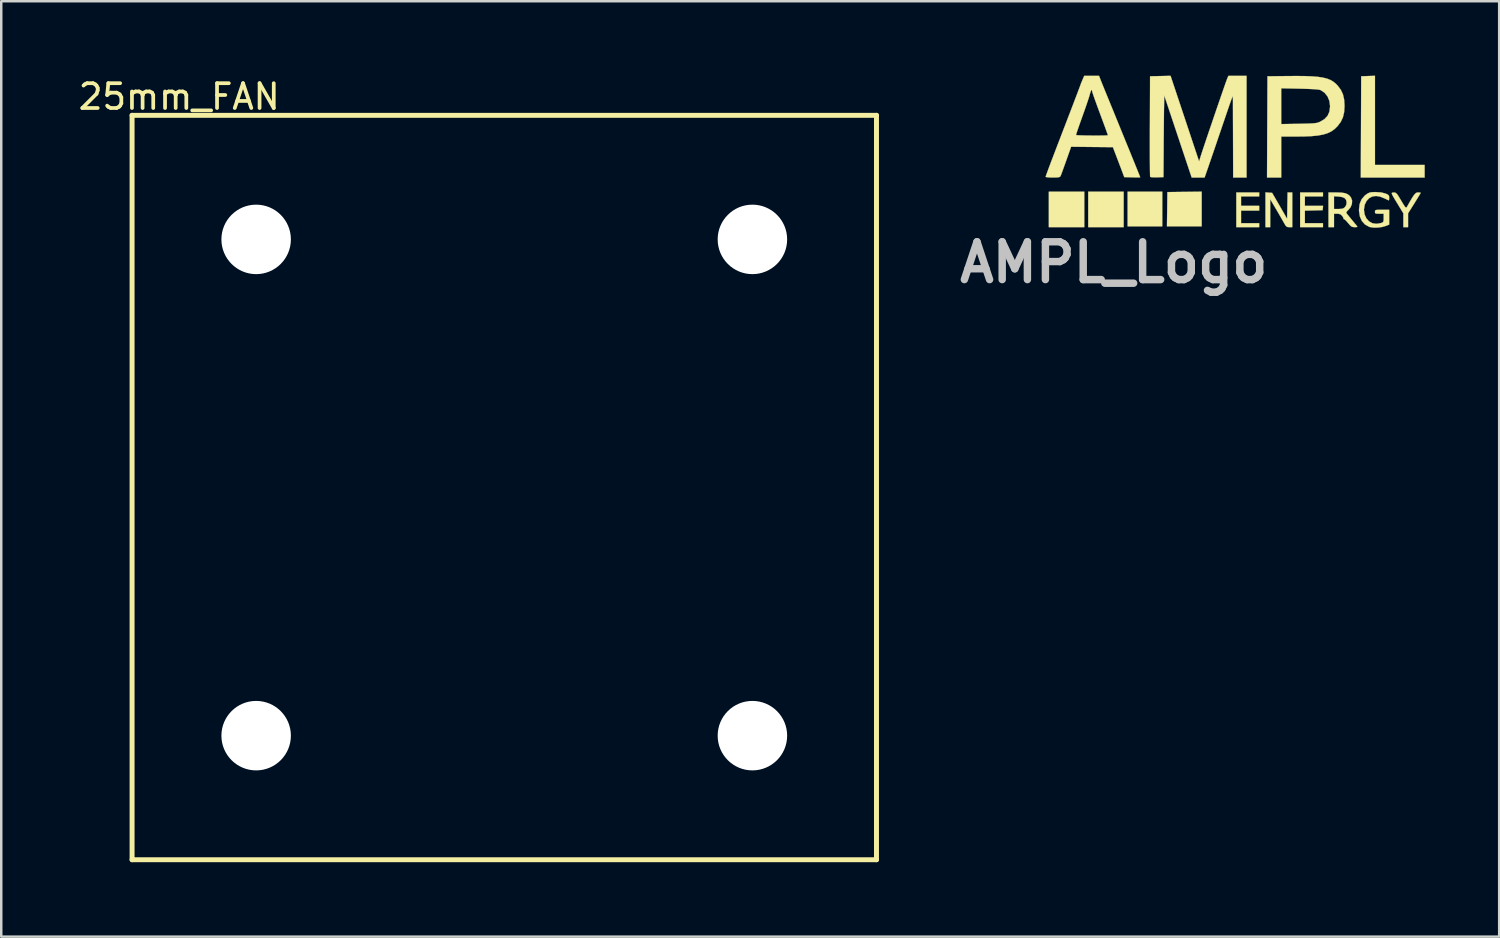
<source format=kicad_pcb>
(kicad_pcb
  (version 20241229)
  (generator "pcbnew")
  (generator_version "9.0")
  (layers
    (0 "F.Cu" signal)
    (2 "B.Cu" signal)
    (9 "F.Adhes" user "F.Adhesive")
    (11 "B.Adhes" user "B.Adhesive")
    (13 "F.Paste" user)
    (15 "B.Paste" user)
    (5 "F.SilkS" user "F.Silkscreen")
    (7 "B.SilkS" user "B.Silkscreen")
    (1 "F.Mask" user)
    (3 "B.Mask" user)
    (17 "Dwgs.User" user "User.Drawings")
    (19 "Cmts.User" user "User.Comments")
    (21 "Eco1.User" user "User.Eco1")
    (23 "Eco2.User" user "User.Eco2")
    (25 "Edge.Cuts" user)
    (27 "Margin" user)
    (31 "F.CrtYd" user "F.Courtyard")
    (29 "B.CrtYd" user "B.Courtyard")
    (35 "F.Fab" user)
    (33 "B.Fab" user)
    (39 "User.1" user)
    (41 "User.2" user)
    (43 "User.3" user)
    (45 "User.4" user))
  (footprint "25mm_FAN"
    (layer "F.Cu")
    (at 17.273 16.598)
    (property "Reference" "25mm_FAN" (at -13.1 -15.75 0) (layer "F.SilkS") (effects (font (size 1 1) (thickness 0.15))))
    (attr through_hole)
    (fp_line (start -15 15) (end -15 -15) (stroke (width 0.2) (type solid)) (layer "F.SilkS"))
    (fp_line (start 15 -15) (end -15 -15) (stroke (width 0.2) (type solid)) (layer "F.SilkS"))
    (fp_line (start 15 15) (end -15 15) (stroke (width 0.2) (type solid)) (layer "F.SilkS"))
    (fp_line (start 15 15) (end 15 -15) (stroke (width 0.2) (type solid)) (layer "F.SilkS"))
    (pad "" np_thru_hole circle (at -10 -10) (size 2.8 2.8) (drill 2.8) (layers "*.Cu" "*.Mask"))
    (pad "" np_thru_hole circle (at -10 10) (size 2.8 2.8) (drill 2.8) (layers "*.Cu" "*.Mask"))
    (pad "" np_thru_hole circle (at 10 -10) (size 2.8 2.8) (drill 2.8) (layers "*.Cu" "*.Mask"))
    (pad "" np_thru_hole circle (at 10 10) (size 2.8 2.8) (drill 2.8) (layers "*.Cu" "*.Mask")))
  (footprint "AMPL_Logo"
    (layer "F.Cu")
    (at 46.839 3.278)
    (property "Reference" "AMPL_Logo" (at -5 4.25 0) (layer "Dwgs.User") (effects (font (size 1.524 1.524) (thickness 0.3))))
    (attr through_hole)
    (fp_poly (pts (xy -6.191 2.826) (xy -7.62 2.826) (xy -7.62 1.397) (xy -6.191 1.397) (xy -6.191 2.826)) (stroke (width 0.01) (type solid)) (fill yes) (layer "F.SilkS"))
    (fp_poly (pts (xy -4.604 2.826) (xy -6.032 2.826) (xy -6.032 1.397) (xy -4.604 1.397) (xy -4.604 2.826)) (stroke (width 0.01) (type solid)) (fill yes) (layer "F.SilkS"))
    (fp_poly (pts (xy -3.048 2.794) (xy -4.445 2.794) (xy -4.445 1.397) (xy -3.048 1.397) (xy -3.048 2.794)) (stroke (width 0.01) (type solid)) (fill yes) (layer "F.SilkS"))
    (fp_poly (pts (xy -1.46 2.794) (xy -2.859 2.794) (xy -2.85 2.103) (xy -2.842 1.413) (xy -2.151 1.404) (xy -1.46 1.396) (xy -1.46 2.794)) (stroke (width 0.01) (type solid)) (fill yes) (layer "F.SilkS"))
    (fp_poly (pts (xy 5.524 0.318) (xy 7.525 0.318) (xy 7.525 0.826) (xy 4.953 0.826) (xy 4.961 -1.214) (xy 4.969 -3.254) (xy 5.247 -3.264) (xy 5.524 -3.273) (xy 5.524 0.318)) (stroke (width 0.01) (type solid)) (fill yes) (layer "F.SilkS"))
    (fp_poly (pts (xy 0.857 1.587) (xy 0.127 1.587) (xy 0.127 1.968) (xy 0.857 1.968) (xy 0.857 2.159) (xy 0.127 2.159) (xy 0.127 2.667) (xy 0.857 2.667) (xy 0.857 2.826) (xy -0.064 2.826) (xy -0.064 1.429) (xy 0.857 1.429) (xy 0.857 1.587)) (stroke (width 0.01) (type solid)) (fill yes) (layer "F.SilkS"))
    (fp_poly (pts (xy 3.429 1.587) (xy 2.699 1.587) (xy 2.699 1.968) (xy 3.433 1.968) (xy 3.423 2.056) (xy 3.413 2.143) (xy 3.056 2.152) (xy 2.699 2.161) (xy 2.699 2.667) (xy 3.429 2.667) (xy 3.429 2.826) (xy 2.508 2.826) (xy 2.508 1.429) (xy 3.429 1.429) (xy 3.429 1.587)) (stroke (width 0.01) (type solid)) (fill yes) (layer "F.SilkS"))
    (fp_poly (pts (xy 1.245 1.435) (xy 1.379 1.445) (xy 1.682 1.968) (xy 1.984 2.492) (xy 1.993 1.961) (xy 2.002 1.429) (xy 2.191 1.429) (xy 2.191 2.826) (xy 2.071 2.826) (xy 2.005 2.822) (xy 1.958 2.802) (xy 1.916 2.753) (xy 1.862 2.663) (xy 1.849 2.639) (xy 1.793 2.539) (xy 1.714 2.402) (xy 1.624 2.245) (xy 1.531 2.087) (xy 1.524 2.076) (xy 1.302 1.699) (xy 1.302 2.262) (xy 1.302 2.826) (xy 1.111 2.826) (xy 1.111 1.425) (xy 1.245 1.435)) (stroke (width 0.01) (type solid)) (fill yes) (layer "F.SilkS"))
    (fp_poly (pts (xy 7.332 1.433) (xy 7.366 1.442) (xy 7.366 1.444) (xy 7.35 1.475) (xy 7.306 1.549) (xy 7.24 1.658) (xy 7.157 1.792) (xy 7.112 1.865) (xy 6.858 2.27) (xy 6.858 2.548) (xy 6.858 2.826) (xy 6.668 2.826) (xy 6.668 2.269) (xy 6.417 1.857) (xy 6.321 1.7) (xy 6.256 1.588) (xy 6.217 1.514) (xy 6.201 1.47) (xy 6.205 1.447) (xy 6.226 1.437) (xy 6.245 1.434) (xy 6.307 1.43) (xy 6.357 1.444) (xy 6.405 1.484) (xy 6.461 1.56) (xy 6.535 1.682) (xy 6.548 1.703) (xy 6.637 1.854) (xy 6.701 1.956) (xy 6.744 2.015) (xy 6.775 2.037) (xy 6.799 2.028) (xy 6.823 1.992) (xy 6.843 1.956) (xy 6.948 1.77) (xy 7.029 1.633) (xy 7.093 1.538) (xy 7.144 1.477) (xy 7.189 1.444) (xy 7.234 1.43) (xy 7.26 1.429) (xy 7.332 1.433)) (stroke (width 0.01) (type solid)) (fill yes) (layer "F.SilkS"))
    (fp_poly (pts (xy 3.977 1.429) (xy 4.171 1.435) (xy 4.316 1.457) (xy 4.423 1.499) (xy 4.505 1.565) (xy 4.558 1.634) (xy 4.602 1.755) (xy 4.595 1.89) (xy 4.541 2.023) (xy 4.462 2.12) (xy 4.394 2.188) (xy 4.369 2.232) (xy 4.379 2.269) (xy 4.387 2.28) (xy 4.427 2.331) (xy 4.499 2.419) (xy 4.594 2.534) (xy 4.701 2.664) (xy 4.79 2.77) (xy 4.813 2.805) (xy 4.799 2.821) (xy 4.735 2.826) (xy 4.706 2.826) (xy 4.633 2.821) (xy 4.577 2.801) (xy 4.52 2.752) (xy 4.445 2.665) (xy 4.435 2.653) (xy 4.362 2.571) (xy 4.305 2.516) (xy 4.273 2.501) (xy 4.271 2.502) (xy 4.257 2.502) (xy 4.26 2.492) (xy 4.249 2.447) (xy 4.209 2.381) (xy 4.202 2.373) (xy 4.139 2.312) (xy 4.06 2.288) (xy 4.004 2.286) (xy 3.873 2.286) (xy 3.873 2.826) (xy 3.651 2.826) (xy 3.651 2.095) (xy 3.873 2.095) (xy 4.054 2.095) (xy 4.174 2.089) (xy 4.253 2.066) (xy 4.308 2.026) (xy 4.368 1.933) (xy 4.381 1.841) (xy 4.363 1.732) (xy 4.305 1.658) (xy 4.198 1.613) (xy 4.063 1.594) (xy 3.873 1.58) (xy 3.873 2.095) (xy 3.651 2.095) (xy 3.651 1.429) (xy 3.977 1.429)) (stroke (width 0.01) (type solid)) (fill yes) (layer "F.SilkS"))
    (fp_poly (pts (xy 2.728 -3.261) (xy 3.005 -3.249) (xy 3.236 -3.23) (xy 3.429 -3.2) (xy 3.59 -3.16) (xy 3.724 -3.107) (xy 3.838 -3.042) (xy 3.938 -2.962) (xy 4.016 -2.883) (xy 4.147 -2.71) (xy 4.234 -2.525) (xy 4.282 -2.313) (xy 4.297 -2.064) (xy 4.282 -1.812) (xy 4.233 -1.601) (xy 4.146 -1.417) (xy 4.015 -1.243) (xy 4.013 -1.241) (xy 3.895 -1.126) (xy 3.765 -1.033) (xy 3.614 -0.96) (xy 3.435 -0.905) (xy 3.221 -0.866) (xy 2.965 -0.841) (xy 2.658 -0.828) (xy 2.394 -0.826) (xy 1.746 -0.826) (xy 1.746 0.826) (xy 1.174 0.826) (xy 1.182 -1.214) (xy 1.183 -1.327) (xy 1.746 -1.327) (xy 2.453 -1.339) (xy 2.687 -1.344) (xy 2.868 -1.349) (xy 3.004 -1.355) (xy 3.105 -1.364) (xy 3.181 -1.376) (xy 3.241 -1.392) (xy 3.294 -1.413) (xy 3.303 -1.417) (xy 3.486 -1.525) (xy 3.613 -1.659) (xy 3.687 -1.825) (xy 3.714 -2.03) (xy 3.714 -2.055) (xy 3.687 -2.262) (xy 3.61 -2.445) (xy 3.491 -2.592) (xy 3.335 -2.695) (xy 3.318 -2.702) (xy 3.248 -2.717) (xy 3.118 -2.73) (xy 2.931 -2.741) (xy 2.691 -2.75) (xy 2.484 -2.755) (xy 1.746 -2.77) (xy 1.746 -1.327) (xy 1.183 -1.327) (xy 1.191 -3.254) (xy 2.016 -3.263) (xy 2.401 -3.265) (xy 2.728 -3.261)) (stroke (width 0.01) (type solid)) (fill yes) (layer "F.SilkS"))
    (fp_poly (pts (xy 5.776 1.428) (xy 5.945 1.471) (xy 6.035 1.51) (xy 6.08 1.546) (xy 6.095 1.597) (xy 6.096 1.638) (xy 6.093 1.71) (xy 6.084 1.746) (xy 6.083 1.746) (xy 6.049 1.733) (xy 5.977 1.7) (xy 5.916 1.671) (xy 5.732 1.597) (xy 5.574 1.57) (xy 5.431 1.587) (xy 5.292 1.656) (xy 5.183 1.773) (xy 5.109 1.927) (xy 5.08 2.109) (xy 5.08 2.127) (xy 5.105 2.313) (xy 5.174 2.469) (xy 5.281 2.59) (xy 5.416 2.667) (xy 5.573 2.692) (xy 5.646 2.684) (xy 5.763 2.662) (xy 5.831 2.638) (xy 5.863 2.599) (xy 5.873 2.531) (xy 5.874 2.458) (xy 5.874 2.286) (xy 5.699 2.286) (xy 5.599 2.284) (xy 5.547 2.273) (xy 5.527 2.246) (xy 5.524 2.207) (xy 5.527 2.169) (xy 5.542 2.146) (xy 5.582 2.133) (xy 5.659 2.128) (xy 5.785 2.127) (xy 5.81 2.127) (xy 6.096 2.127) (xy 6.096 2.724) (xy 5.962 2.777) (xy 5.812 2.82) (xy 5.64 2.843) (xy 5.469 2.845) (xy 5.325 2.824) (xy 5.291 2.813) (xy 5.122 2.719) (xy 4.996 2.579) (xy 4.916 2.397) (xy 4.881 2.174) (xy 4.88 2.121) (xy 4.906 1.895) (xy 4.984 1.706) (xy 5.114 1.553) (xy 5.172 1.508) (xy 5.249 1.459) (xy 5.32 1.43) (xy 5.405 1.416) (xy 5.528 1.413) (xy 5.551 1.413) (xy 5.776 1.428)) (stroke (width 0.01) (type solid)) (fill yes) (layer "F.SilkS"))
    (fp_poly (pts (xy -2.139 -1.549) (xy -1.565 0.175) (xy -1.469 -0.127) (xy -1.431 -0.243) (xy -1.378 -0.403) (xy -1.312 -0.599) (xy -1.236 -0.826) (xy -1.152 -1.074) (xy -1.062 -1.337) (xy -0.97 -1.608) (xy -0.878 -1.878) (xy -0.787 -2.141) (xy -0.702 -2.389) (xy -0.624 -2.615) (xy -0.556 -2.811) (xy -0.5 -2.97) (xy -0.459 -3.085) (xy -0.436 -3.147) (xy -0.434 -3.151) (xy -0.384 -3.27) (xy 0.349 -3.27) (xy 0.349 0.826) (xy -0.191 0.826) (xy -0.195 -0.5) (xy -0.196 -0.798) (xy -0.197 -1.088) (xy -0.198 -1.362) (xy -0.199 -1.609) (xy -0.199 -1.822) (xy -0.2 -1.992) (xy -0.2 -2.111) (xy -0.2 -2.135) (xy -0.2 -2.267) (xy -0.203 -2.37) (xy -0.206 -2.433) (xy -0.208 -2.445) (xy -0.215 -2.437) (xy -0.227 -2.412) (xy -0.246 -2.364) (xy -0.274 -2.288) (xy -0.312 -2.18) (xy -0.363 -2.034) (xy -0.428 -1.846) (xy -0.508 -1.61) (xy -0.606 -1.323) (xy -0.683 -1.095) (xy -0.776 -0.824) (xy -0.868 -0.552) (xy -0.957 -0.291) (xy -1.04 -0.05) (xy -1.111 0.158) (xy -1.168 0.324) (xy -1.196 0.405) (xy -1.342 0.826) (xy -1.863 0.826) (xy -2.969 -2.485) (xy -2.976 -2.028) (xy -2.979 -1.888) (xy -2.981 -1.695) (xy -2.983 -1.46) (xy -2.986 -1.195) (xy -2.988 -0.91) (xy -2.991 -0.616) (xy -2.992 -0.381) (xy -3 0.81) (xy -3.26 0.819) (xy -3.382 0.82) (xy -3.478 0.814) (xy -3.531 0.803) (xy -3.537 0.799) (xy -3.54 0.763) (xy -3.542 0.669) (xy -3.545 0.522) (xy -3.546 0.329) (xy -3.548 0.093) (xy -3.549 -0.179) (xy -3.549 -0.482) (xy -3.549 -0.81) (xy -3.548 -1.158) (xy -3.547 -1.242) (xy -3.54 -3.254) (xy -3.127 -3.263) (xy -2.714 -3.272) (xy -2.139 -1.549)) (stroke (width 0.01) (type solid)) (fill yes) (layer "F.SilkS"))
    (fp_poly (pts (xy -5.531 -3.104) (xy -5.496 -3.014) (xy -5.442 -2.882) (xy -5.377 -2.721) (xy -5.306 -2.548) (xy -5.277 -2.477) (xy -5.205 -2.301) (xy -5.116 -2.084) (xy -5.018 -1.845) (xy -4.919 -1.601) (xy -4.824 -1.369) (xy -4.816 -1.349) (xy -4.72 -1.113) (xy -4.608 -0.839) (xy -4.489 -0.547) (xy -4.371 -0.259) (xy -4.264 0.006) (xy -4.241 0.062) (xy -4.158 0.265) (xy -4.084 0.448) (xy -4.022 0.602) (xy -3.974 0.721) (xy -3.945 0.795) (xy -3.937 0.817) (xy -3.967 0.821) (xy -4.046 0.822) (xy -4.163 0.821) (xy -4.258 0.819) (xy -4.58 0.81) (xy -4.669 0.572) (xy -4.718 0.442) (xy -4.781 0.276) (xy -4.848 0.099) (xy -4.898 -0.032) (xy -5.038 -0.397) (xy -5.88 -0.405) (xy -6.722 -0.414) (xy -6.921 0.15) (xy -6.986 0.331) (xy -7.045 0.495) (xy -7.094 0.629) (xy -7.13 0.724) (xy -7.149 0.77) (xy -7.173 0.797) (xy -7.218 0.814) (xy -7.298 0.823) (xy -7.426 0.825) (xy -7.462 0.826) (xy -7.588 0.823) (xy -7.685 0.815) (xy -7.74 0.804) (xy -7.747 0.798) (xy -7.742 0.775) (xy -7.725 0.724) (xy -7.695 0.642) (xy -7.652 0.524) (xy -7.594 0.368) (xy -7.52 0.171) (xy -7.428 -0.069) (xy -7.318 -0.357) (xy -7.189 -0.694) (xy -7.115 -0.886) (xy -6.523 -0.886) (xy -6.489 -0.88) (xy -6.405 -0.875) (xy -6.28 -0.871) (xy -6.128 -0.867) (xy -5.958 -0.865) (xy -5.784 -0.864) (xy -5.616 -0.864) (xy -5.466 -0.866) (xy -5.346 -0.868) (xy -5.266 -0.873) (xy -5.239 -0.878) (xy -5.249 -0.912) (xy -5.28 -0.997) (xy -5.326 -1.126) (xy -5.387 -1.292) (xy -5.459 -1.487) (xy -5.539 -1.703) (xy -5.556 -1.749) (xy -5.638 -1.97) (xy -5.712 -2.173) (xy -5.775 -2.349) (xy -5.825 -2.491) (xy -5.859 -2.592) (xy -5.873 -2.642) (xy -5.874 -2.645) (xy -5.881 -2.702) (xy -5.901 -2.703) (xy -5.928 -2.653) (xy -5.961 -2.556) (xy -5.971 -2.516) (xy -5.998 -2.424) (xy -6.043 -2.283) (xy -6.102 -2.107) (xy -6.172 -1.907) (xy -6.247 -1.696) (xy -6.28 -1.603) (xy -6.351 -1.405) (xy -6.414 -1.227) (xy -6.465 -1.078) (xy -6.502 -0.966) (xy -6.521 -0.9) (xy -6.523 -0.886) (xy -7.115 -0.886) (xy -7.039 -1.085) (xy -6.867 -1.531) (xy -6.858 -1.556) (xy -6.754 -1.826) (xy -6.657 -2.079) (xy -6.569 -2.31) (xy -6.492 -2.511) (xy -6.43 -2.677) (xy -6.383 -2.8) (xy -6.356 -2.873) (xy -6.35 -2.889) (xy -6.323 -2.966) (xy -6.281 -3.068) (xy -6.259 -3.119) (xy -6.194 -3.27) (xy -5.597 -3.27) (xy -5.531 -3.104)) (stroke (width 0.01) (type solid)) (fill yes) (layer "F.SilkS")))
  (gr_rect
    (start -3 -3)
    (end 57.369 34.698)
    (stroke (width 0.1) (type default))
    (fill no)
    (layer "Edge.Cuts")))
</source>
